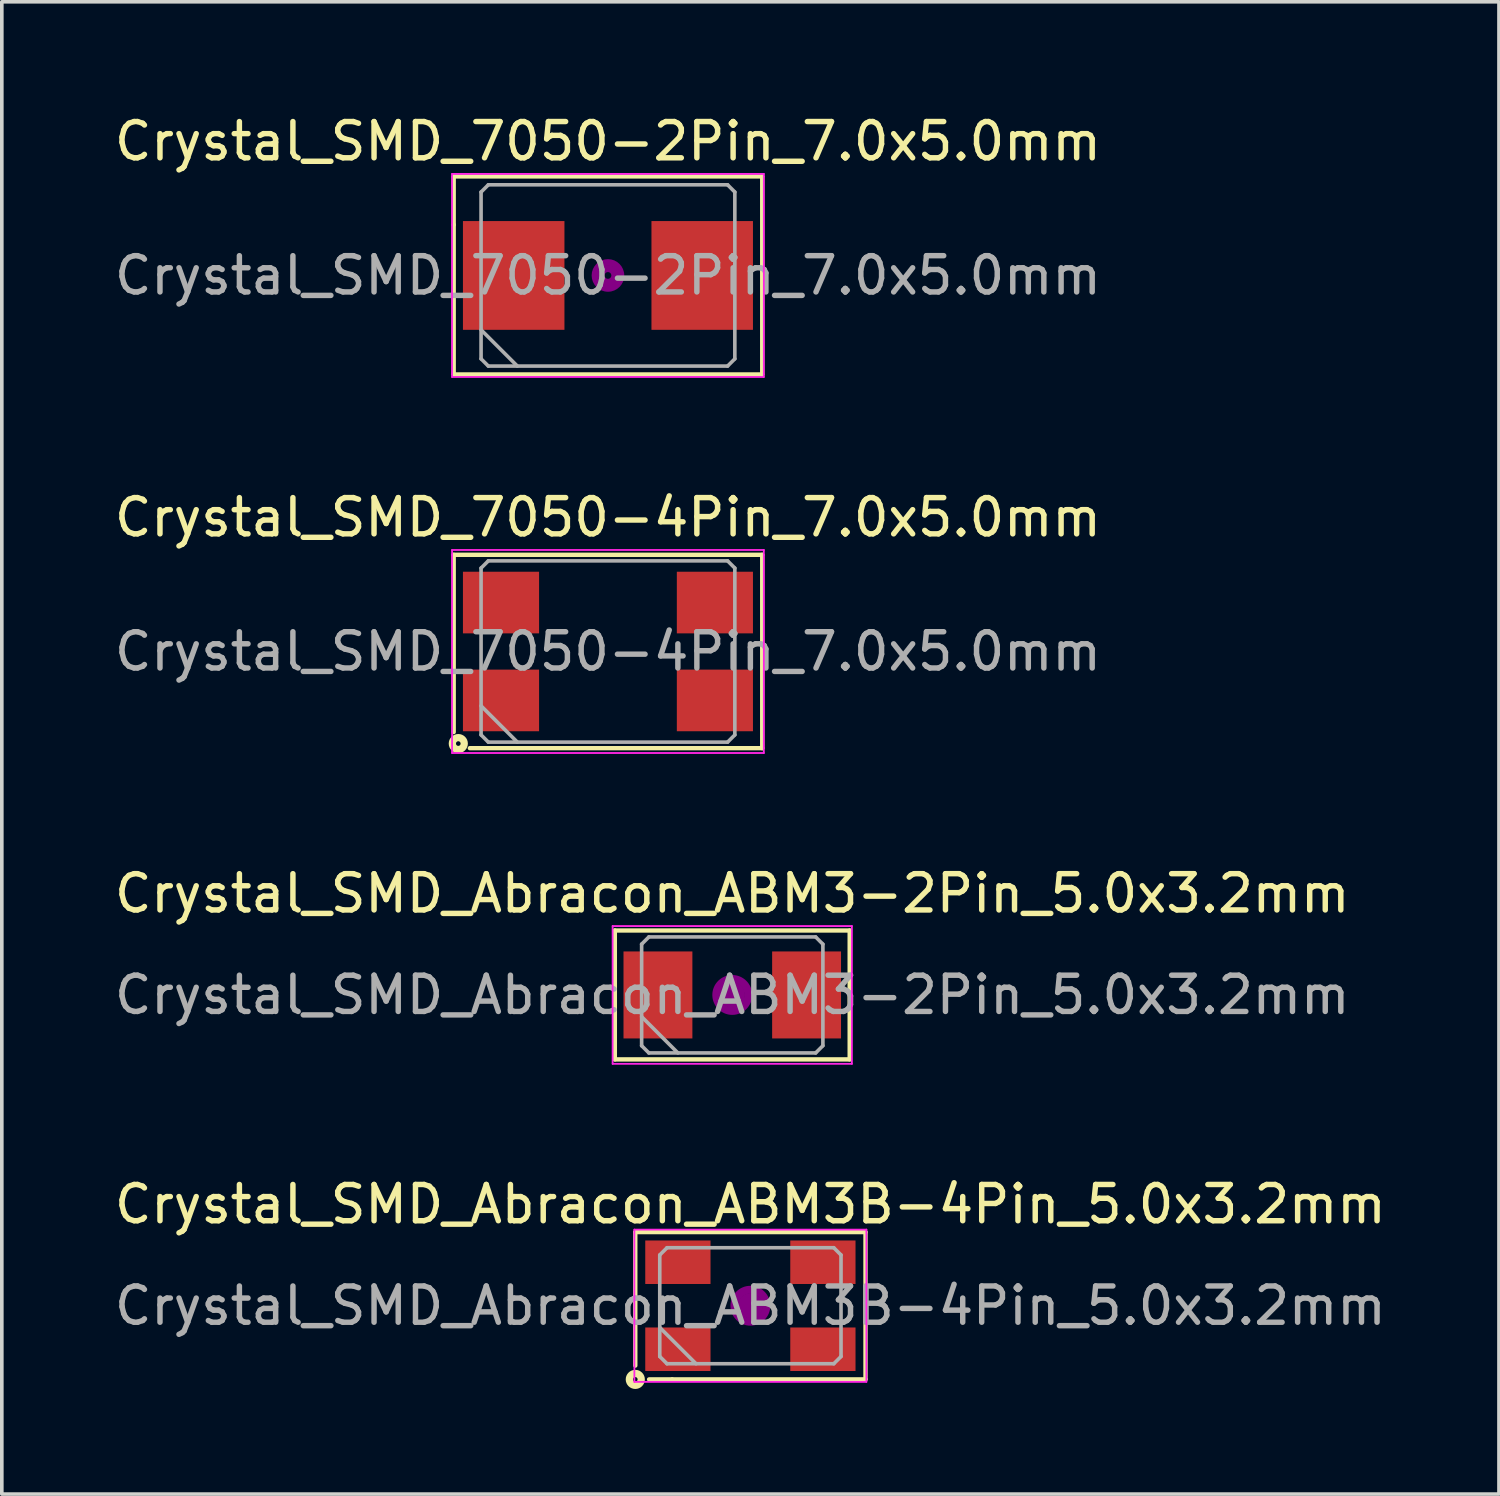
<source format=kicad_pcb>
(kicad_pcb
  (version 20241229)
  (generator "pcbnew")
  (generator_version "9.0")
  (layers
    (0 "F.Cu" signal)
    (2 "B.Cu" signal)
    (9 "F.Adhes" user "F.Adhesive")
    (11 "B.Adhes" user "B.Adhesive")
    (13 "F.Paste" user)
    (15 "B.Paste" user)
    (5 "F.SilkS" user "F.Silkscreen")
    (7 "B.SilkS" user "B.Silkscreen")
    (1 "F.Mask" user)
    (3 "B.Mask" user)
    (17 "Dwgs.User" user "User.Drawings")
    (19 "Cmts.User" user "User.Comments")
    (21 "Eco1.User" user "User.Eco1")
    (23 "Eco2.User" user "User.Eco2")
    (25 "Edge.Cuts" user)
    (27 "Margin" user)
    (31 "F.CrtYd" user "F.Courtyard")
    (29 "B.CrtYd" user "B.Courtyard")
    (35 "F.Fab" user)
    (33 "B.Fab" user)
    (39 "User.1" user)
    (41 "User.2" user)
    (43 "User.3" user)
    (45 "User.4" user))
  (footprint "Crystal_SMD_7050-4Pin_7.0x5.0mm"
    (layer "F.Cu")
    (at 13.72 14.921)
    (property "Reference" "Crystal_SMD_7050-4Pin_7.0x5.0mm" (at 0 -3.7 0) (layer "F.SilkS") (effects (font (size 1 1) (thickness 0.15))))
    (attr smd)
    (fp_line (start -4.255 -2.667) (end 4.255 -2.667) (stroke (width 0.12) (type solid)) (layer "F.SilkS"))
    (fp_line (start -4.255 2.223) (end -4.255 -2.667) (stroke (width 0.12) (type solid)) (layer "F.SilkS"))
    (fp_line (start 4.255 -2.667) (end 4.255 2.667) (stroke (width 0.12) (type solid)) (layer "F.SilkS"))
    (fp_line (start 4.255 2.667) (end -3.81 2.667) (stroke (width 0.12) (type solid)) (layer "F.SilkS"))
    (fp_circle (center -4.128 2.54) (end -4.064 2.54) (stroke (width 0.2) (type solid)) (fill no) (layer "F.SilkS"))
    (fp_line (start -4.3 -2.8) (end -4.3 2.8) (stroke (width 0.05) (type solid)) (layer "F.CrtYd"))
    (fp_line (start -4.3 2.8) (end 4.3 2.8) (stroke (width 0.05) (type solid)) (layer "F.CrtYd"))
    (fp_line (start 4.3 -2.8) (end -4.3 -2.8) (stroke (width 0.05) (type solid)) (layer "F.CrtYd"))
    (fp_line (start 4.3 2.8) (end 4.3 -2.8) (stroke (width 0.05) (type solid)) (layer "F.CrtYd"))
    (fp_line (start -3.5 -2.3) (end -3.3 -2.5) (stroke (width 0.1) (type solid)) (layer "F.Fab"))
    (fp_line (start -3.5 1.5) (end -2.5 2.5) (stroke (width 0.1) (type solid)) (layer "F.Fab"))
    (fp_line (start -3.5 2.3) (end -3.5 -2.3) (stroke (width 0.1) (type solid)) (layer "F.Fab"))
    (fp_line (start -3.3 -2.5) (end 3.3 -2.5) (stroke (width 0.1) (type solid)) (layer "F.Fab"))
    (fp_line (start -3.3 2.5) (end -3.5 2.3) (stroke (width 0.1) (type solid)) (layer "F.Fab"))
    (fp_line (start 3.3 -2.5) (end 3.5 -2.3) (stroke (width 0.1) (type solid)) (layer "F.Fab"))
    (fp_line (start 3.3 2.5) (end -3.3 2.5) (stroke (width 0.1) (type solid)) (layer "F.Fab"))
    (fp_line (start 3.5 -2.3) (end 3.5 2.3) (stroke (width 0.1) (type solid)) (layer "F.Fab"))
    (fp_line (start 3.5 2.3) (end 3.3 2.5) (stroke (width 0.1) (type solid)) (layer "F.Fab"))
    (fp_text user "${REFERENCE}" (at 0 0 0) (layer "F.Fab") (effects (font (size 1 1) (thickness 0.15))))
    (pad "1" smd rect (at -2.95 1.35) (size 2.1 1.7) (layers "F.Cu" "F.Mask" "F.Paste"))
    (pad "2" smd rect (at 2.95 1.35) (size 2.1 1.7) (layers "F.Cu" "F.Mask" "F.Paste"))
    (pad "3" smd rect (at 2.95 -1.35) (size 2.1 1.7) (layers "F.Cu" "F.Mask" "F.Paste"))
    (pad "4" smd rect (at -2.95 -1.35) (size 2.1 1.7) (layers "F.Cu" "F.Mask" "F.Paste")))
  (footprint "Crystal_SMD_Abracon_ABM3-2Pin_5.0x3.2mm"
    (layer "F.Cu")
    (at 17.149 24.395)
    (property "Reference" "Crystal_SMD_Abracon_ABM3-2Pin_5.0x3.2mm" (at 0 -2.8 0) (layer "F.SilkS") (effects (font (size 1 1) (thickness 0.15))))
    (attr smd)
    (fp_line (start -3.239 -1.778) (end -3.239 1.778) (stroke (width 0.12) (type solid)) (layer "F.SilkS"))
    (fp_line (start -3.239 1.778) (end 3.239 1.778) (stroke (width 0.12) (type solid)) (layer "F.SilkS"))
    (fp_line (start 3.239 -1.778) (end -3.239 -1.778) (stroke (width 0.12) (type solid)) (layer "F.SilkS"))
    (fp_line (start 3.239 1.778) (end 3.239 -1.778) (stroke (width 0.12) (type solid)) (layer "F.SilkS"))
    (fp_circle (center 0 0) (end 0.117 0) (stroke (width 0.233) (type solid)) (fill no) (layer "F.Adhes"))
    (fp_circle (center 0 0) (end 0.267 0) (stroke (width 0.167) (type solid)) (fill no) (layer "F.Adhes"))
    (fp_circle (center 0 0) (end 0.417 0) (stroke (width 0.167) (type solid)) (fill no) (layer "F.Adhes"))
    (fp_circle (center 0 0) (end 0.5 0) (stroke (width 0.1) (type solid)) (fill no) (layer "F.Adhes"))
    (fp_line (start -3.3 -1.9) (end -3.3 1.9) (stroke (width 0.05) (type solid)) (layer "F.CrtYd"))
    (fp_line (start -3.3 1.9) (end 3.3 1.9) (stroke (width 0.05) (type solid)) (layer "F.CrtYd"))
    (fp_line (start 3.3 -1.9) (end -3.3 -1.9) (stroke (width 0.05) (type solid)) (layer "F.CrtYd"))
    (fp_line (start 3.3 1.9) (end 3.3 -1.9) (stroke (width 0.05) (type solid)) (layer "F.CrtYd"))
    (fp_line (start -2.5 -1.4) (end -2.3 -1.6) (stroke (width 0.1) (type solid)) (layer "F.Fab"))
    (fp_line (start -2.5 0.6) (end -1.5 1.6) (stroke (width 0.1) (type solid)) (layer "F.Fab"))
    (fp_line (start -2.5 1.4) (end -2.5 -1.4) (stroke (width 0.1) (type solid)) (layer "F.Fab"))
    (fp_line (start -2.3 -1.6) (end 2.3 -1.6) (stroke (width 0.1) (type solid)) (layer "F.Fab"))
    (fp_line (start -2.3 1.6) (end -2.5 1.4) (stroke (width 0.1) (type solid)) (layer "F.Fab"))
    (fp_line (start 2.3 -1.6) (end 2.5 -1.4) (stroke (width 0.1) (type solid)) (layer "F.Fab"))
    (fp_line (start 2.3 1.6) (end -2.3 1.6) (stroke (width 0.1) (type solid)) (layer "F.Fab"))
    (fp_line (start 2.5 -1.4) (end 2.5 1.4) (stroke (width 0.1) (type solid)) (layer "F.Fab"))
    (fp_line (start 2.5 1.4) (end 2.3 1.6) (stroke (width 0.1) (type solid)) (layer "F.Fab"))
    (fp_text user "${REFERENCE}" (at 0 0 0) (layer "F.Fab") (effects (font (size 1 1) (thickness 0.15))))
    (pad "1" smd rect (at -2.05 0) (size 1.9 2.4) (layers "F.Cu" "F.Mask" "F.Paste"))
    (pad "2" smd rect (at 2.05 0) (size 1.9 2.4) (layers "F.Cu" "F.Mask" "F.Paste")))
  (footprint "Crystal_SMD_Abracon_ABM3B-4Pin_5.0x3.2mm"
    (layer "F.Cu")
    (at 17.649 32.968)
    (property "Reference" "Crystal_SMD_Abracon_ABM3B-4Pin_5.0x3.2mm" (at 0 -2.8 0) (layer "F.SilkS") (effects (font (size 1 1) (thickness 0.15))))
    (attr smd)
    (fp_line (start -3.175 -2.032) (end 3.175 -2.032) (stroke (width 0.12) (type solid)) (layer "F.SilkS"))
    (fp_line (start -3.175 1.651) (end -3.175 -2.032) (stroke (width 0.12) (type solid)) (layer "F.SilkS"))
    (fp_line (start -2.794 2.032) (end -2.159 2.032) (stroke (width 0.12) (type solid)) (layer "F.SilkS"))
    (fp_line (start 3.175 -2.032) (end 3.175 2.032) (stroke (width 0.12) (type solid)) (layer "F.SilkS"))
    (fp_line (start 3.175 2.032) (end -2.159 2.032) (stroke (width 0.12) (type solid)) (layer "F.SilkS"))
    (fp_circle (center -3.175 2.032) (end -3.111 2.032) (stroke (width 0.2) (type solid)) (fill no) (layer "F.SilkS"))
    (fp_circle (center 0 0) (end 0.117 0) (stroke (width 0.233) (type solid)) (fill no) (layer "F.Adhes"))
    (fp_circle (center 0 0) (end 0.267 0) (stroke (width 0.167) (type solid)) (fill no) (layer "F.Adhes"))
    (fp_circle (center 0 0) (end 0.417 0) (stroke (width 0.167) (type solid)) (fill no) (layer "F.Adhes"))
    (fp_circle (center 0 0) (end 0.5 0) (stroke (width 0.1) (type solid)) (fill no) (layer "F.Adhes"))
    (fp_line (start -3.2 -2.1) (end -3.2 2.1) (stroke (width 0.05) (type solid)) (layer "F.CrtYd"))
    (fp_line (start -3.2 2.1) (end 3.2 2.1) (stroke (width 0.05) (type solid)) (layer "F.CrtYd"))
    (fp_line (start 3.2 -2.1) (end -3.2 -2.1) (stroke (width 0.05) (type solid)) (layer "F.CrtYd"))
    (fp_line (start 3.2 2.1) (end 3.2 -2.1) (stroke (width 0.05) (type solid)) (layer "F.CrtYd"))
    (fp_line (start -2.5 -1.4) (end -2.3 -1.6) (stroke (width 0.1) (type solid)) (layer "F.Fab"))
    (fp_line (start -2.5 0.6) (end -1.5 1.6) (stroke (width 0.1) (type solid)) (layer "F.Fab"))
    (fp_line (start -2.5 1.4) (end -2.5 -1.4) (stroke (width 0.1) (type solid)) (layer "F.Fab"))
    (fp_line (start -2.3 -1.6) (end 2.3 -1.6) (stroke (width 0.1) (type solid)) (layer "F.Fab"))
    (fp_line (start -2.3 1.6) (end -2.5 1.4) (stroke (width 0.1) (type solid)) (layer "F.Fab"))
    (fp_line (start 2.3 -1.6) (end 2.5 -1.4) (stroke (width 0.1) (type solid)) (layer "F.Fab"))
    (fp_line (start 2.3 1.6) (end -2.3 1.6) (stroke (width 0.1) (type solid)) (layer "F.Fab"))
    (fp_line (start 2.5 -1.4) (end 2.5 1.4) (stroke (width 0.1) (type solid)) (layer "F.Fab"))
    (fp_line (start 2.5 1.4) (end 2.3 1.6) (stroke (width 0.1) (type solid)) (layer "F.Fab"))
    (fp_text user "${REFERENCE}" (at 0 0 0) (layer "F.Fab") (effects (font (size 1 1) (thickness 0.15))))
    (pad "1" smd rect (at -2 1.2) (size 1.8 1.2) (layers "F.Cu" "F.Mask" "F.Paste"))
    (pad "2" smd rect (at 2 1.2) (size 1.8 1.2) (layers "F.Cu" "F.Mask" "F.Paste"))
    (pad "3" smd rect (at 2 -1.2) (size 1.8 1.2) (layers "F.Cu" "F.Mask" "F.Paste"))
    (pad "4" smd rect (at -2 -1.2) (size 1.8 1.2) (layers "F.Cu" "F.Mask" "F.Paste")))
  (footprint "Crystal_SMD_7050-2Pin_7.0x5.0mm"
    (layer "F.Cu")
    (at 13.72 4.548)
    (property "Reference" "Crystal_SMD_7050-2Pin_7.0x5.0mm" (at 0 -3.7 0) (layer "F.SilkS") (effects (font (size 1 1) (thickness 0.15))))
    (attr smd)
    (fp_line (start -4.255 -2.731) (end -4.255 -1.397) (stroke (width 0.12) (type solid)) (layer "F.SilkS"))
    (fp_line (start -4.255 -1.397) (end -4.255 2.731) (stroke (width 0.12) (type solid)) (layer "F.SilkS"))
    (fp_line (start -4.255 2.731) (end 4.255 2.731) (stroke (width 0.12) (type solid)) (layer "F.SilkS"))
    (fp_line (start 4.255 -2.731) (end -4.255 -2.731) (stroke (width 0.12) (type solid)) (layer "F.SilkS"))
    (fp_line (start 4.255 2.731) (end 4.255 -2.731) (stroke (width 0.12) (type solid)) (layer "F.SilkS"))
    (fp_circle (center 0 0) (end 0.093 0) (stroke (width 0.187) (type solid)) (fill no) (layer "F.Adhes"))
    (fp_circle (center 0 0) (end 0.213 0) (stroke (width 0.133) (type solid)) (fill no) (layer "F.Adhes"))
    (fp_circle (center 0 0) (end 0.333 0) (stroke (width 0.133) (type solid)) (fill no) (layer "F.Adhes"))
    (fp_circle (center 0 0) (end 0.4 0) (stroke (width 0.1) (type solid)) (fill no) (layer "F.Adhes"))
    (fp_line (start -4.3 -2.8) (end -4.3 2.8) (stroke (width 0.05) (type solid)) (layer "F.CrtYd"))
    (fp_line (start -4.3 2.8) (end 4.3 2.8) (stroke (width 0.05) (type solid)) (layer "F.CrtYd"))
    (fp_line (start 4.3 -2.8) (end -4.3 -2.8) (stroke (width 0.05) (type solid)) (layer "F.CrtYd"))
    (fp_line (start 4.3 2.8) (end 4.3 -2.8) (stroke (width 0.05) (type solid)) (layer "F.CrtYd"))
    (fp_line (start -3.5 -2.3) (end -3.3 -2.5) (stroke (width 0.1) (type solid)) (layer "F.Fab"))
    (fp_line (start -3.5 1.5) (end -2.5 2.5) (stroke (width 0.1) (type solid)) (layer "F.Fab"))
    (fp_line (start -3.5 2.3) (end -3.5 -2.3) (stroke (width 0.1) (type solid)) (layer "F.Fab"))
    (fp_line (start -3.3 -2.5) (end 3.3 -2.5) (stroke (width 0.1) (type solid)) (layer "F.Fab"))
    (fp_line (start -3.3 2.5) (end -3.5 2.3) (stroke (width 0.1) (type solid)) (layer "F.Fab"))
    (fp_line (start 3.3 -2.5) (end 3.5 -2.3) (stroke (width 0.1) (type solid)) (layer "F.Fab"))
    (fp_line (start 3.3 2.5) (end -3.3 2.5) (stroke (width 0.1) (type solid)) (layer "F.Fab"))
    (fp_line (start 3.5 -2.3) (end 3.5 2.3) (stroke (width 0.1) (type solid)) (layer "F.Fab"))
    (fp_line (start 3.5 2.3) (end 3.3 2.5) (stroke (width 0.1) (type solid)) (layer "F.Fab"))
    (fp_text user "${REFERENCE}" (at 0 0 0) (layer "F.Fab") (effects (font (size 1 1) (thickness 0.15))))
    (pad "1" smd rect (at -2.6 0) (size 2.8 3) (layers "F.Cu" "F.Mask" "F.Paste"))
    (pad "2" smd rect (at 2.6 0) (size 2.8 3) (layers "F.Cu" "F.Mask" "F.Paste")))
  (gr_rect
    (start -3 -3)
    (end 38.298 38.163)
    (stroke (width 0.1) (type default))
    (fill no)
    (layer "Edge.Cuts")))
</source>
